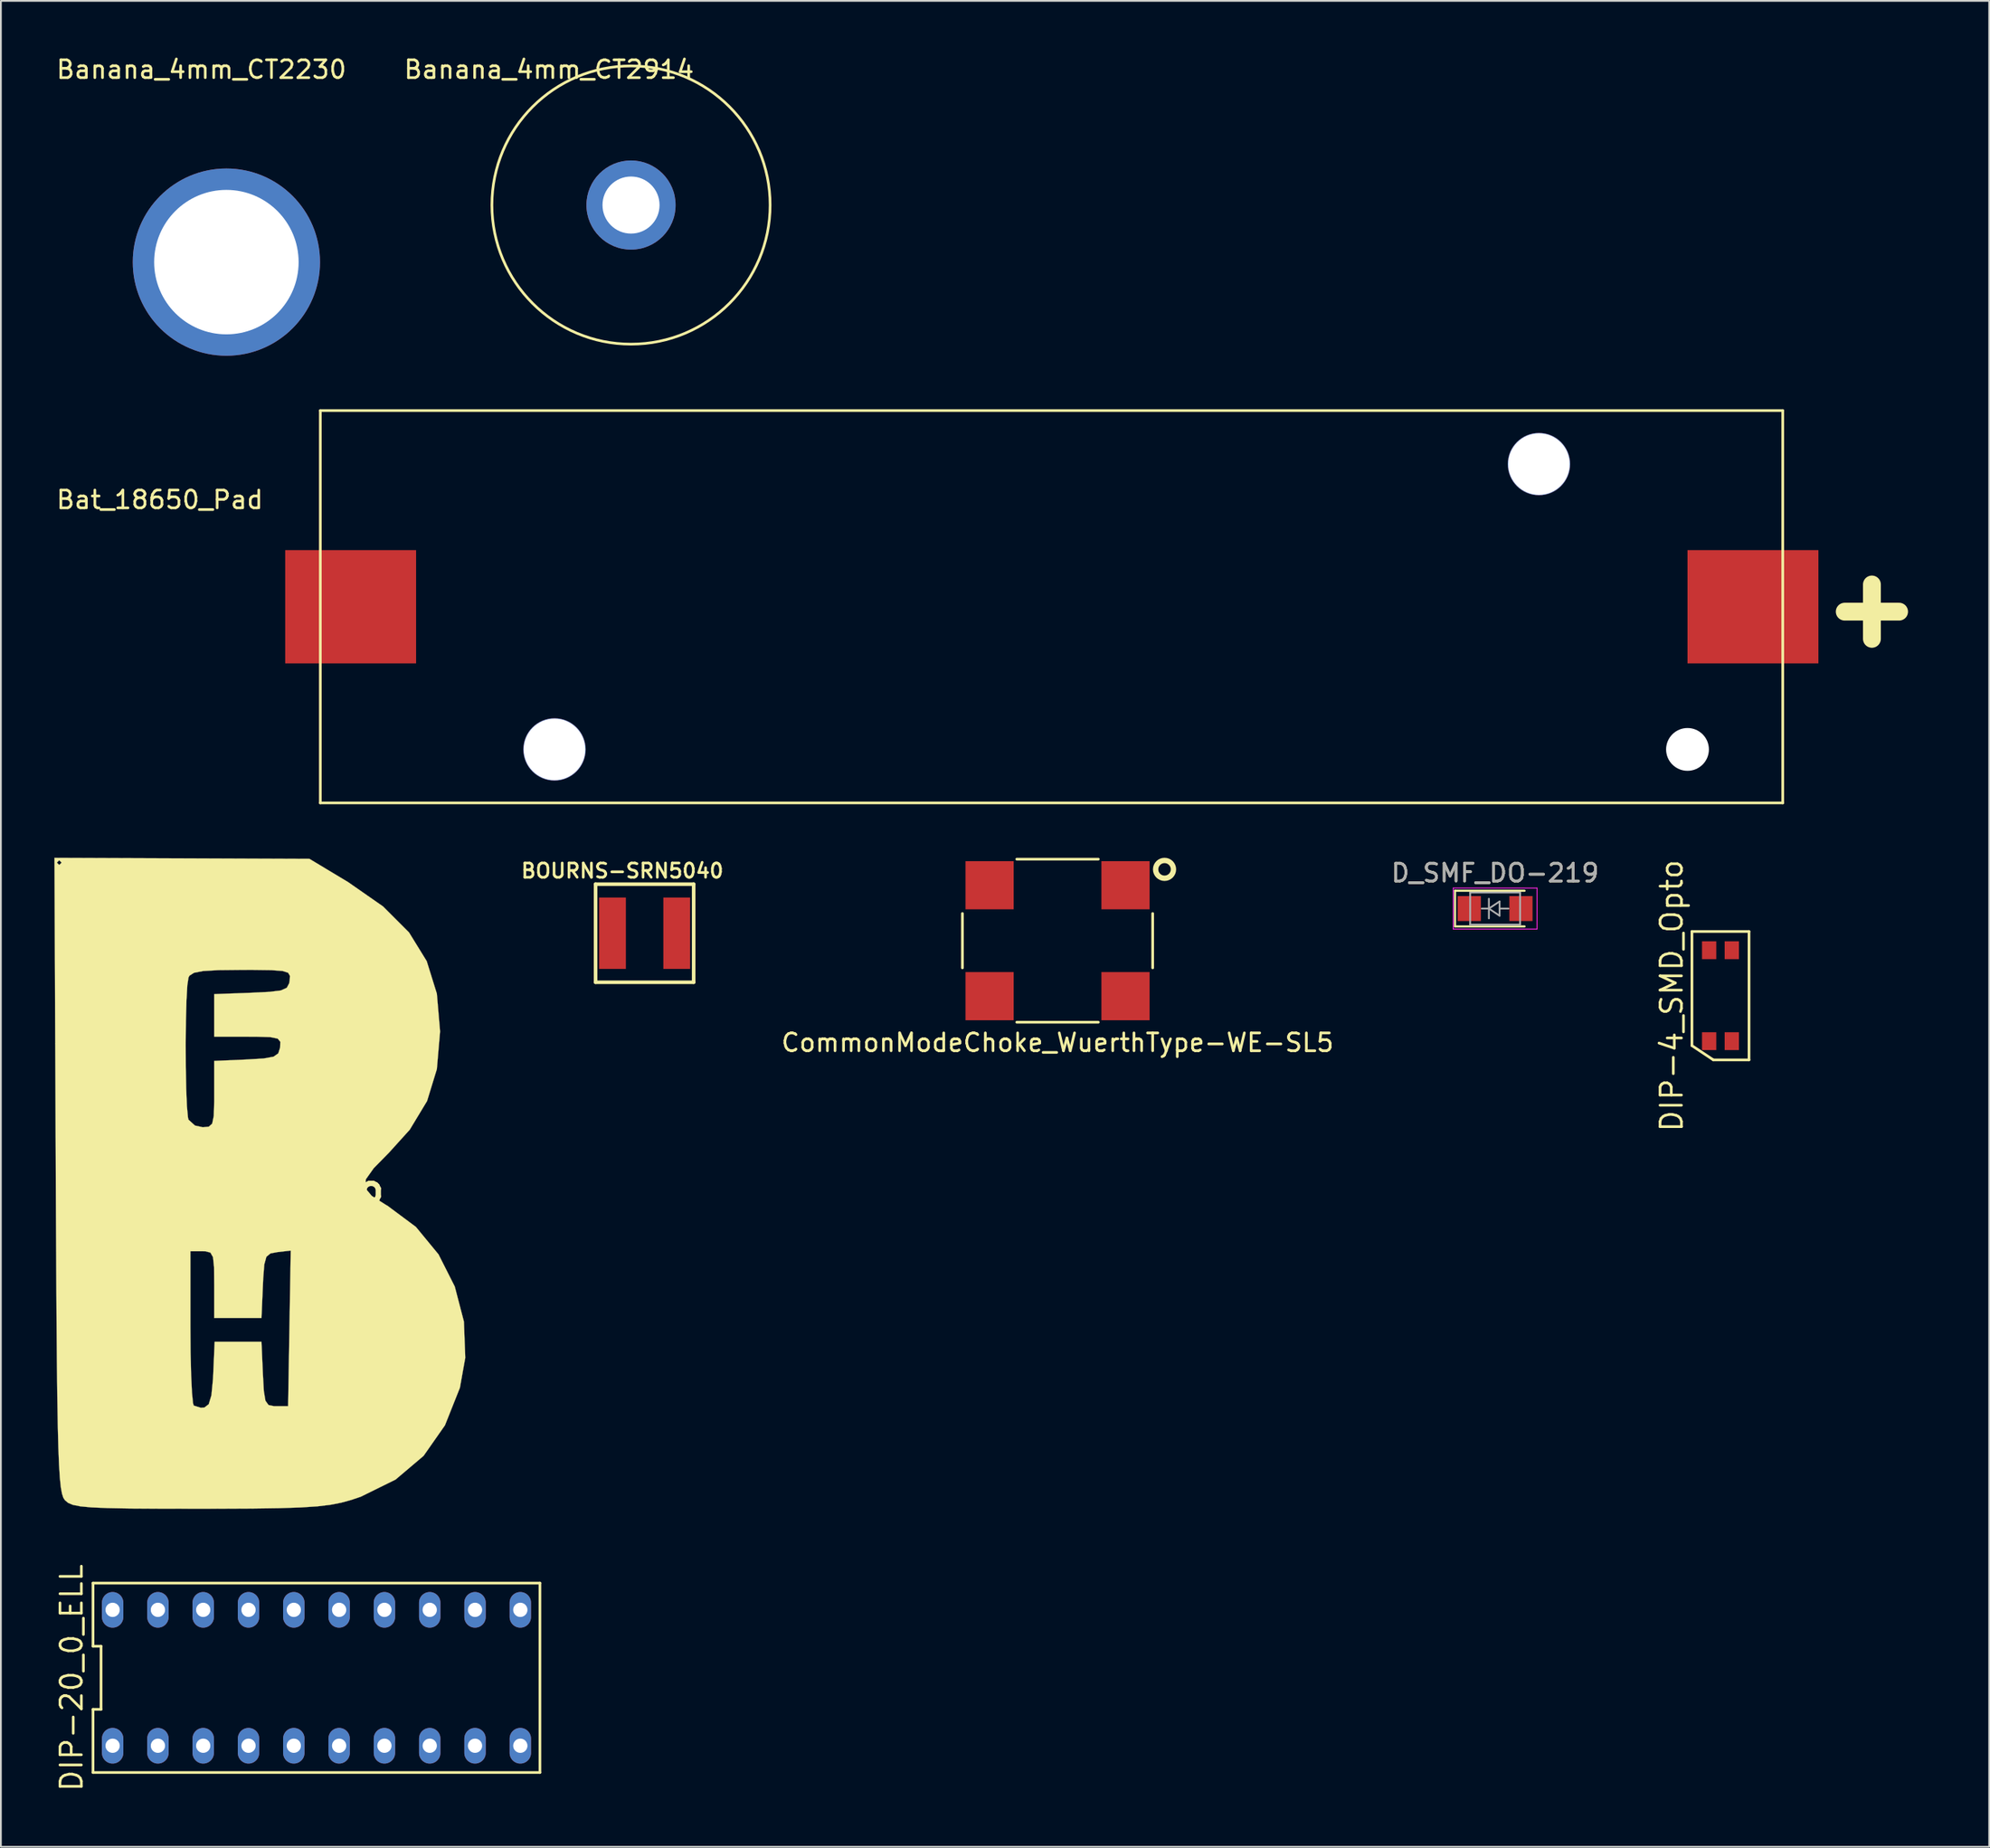
<source format=kicad_pcb>
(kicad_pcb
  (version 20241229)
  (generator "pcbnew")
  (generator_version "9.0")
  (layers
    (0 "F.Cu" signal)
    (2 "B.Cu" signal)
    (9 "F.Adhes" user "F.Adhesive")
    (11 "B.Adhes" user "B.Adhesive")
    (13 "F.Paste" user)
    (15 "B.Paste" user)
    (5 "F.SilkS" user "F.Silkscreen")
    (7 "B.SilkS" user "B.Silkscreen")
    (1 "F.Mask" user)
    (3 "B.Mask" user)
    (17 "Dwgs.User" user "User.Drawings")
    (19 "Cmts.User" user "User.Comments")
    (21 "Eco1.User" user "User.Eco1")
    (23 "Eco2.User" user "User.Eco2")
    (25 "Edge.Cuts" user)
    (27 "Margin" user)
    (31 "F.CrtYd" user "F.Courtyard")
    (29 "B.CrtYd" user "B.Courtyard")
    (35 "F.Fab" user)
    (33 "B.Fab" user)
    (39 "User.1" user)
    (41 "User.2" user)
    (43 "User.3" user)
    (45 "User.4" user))
  (footprint "BOURNS-SRN5040"
    (layer "F.Cu")
    (at 33.095 49.279)
    (property "Reference" "BOURNS-SRN5040" (at -1.25 -3.5 0) (layer "F.SilkS") (effects (font (size 0.8 0.8) (thickness 0.15))))
    (attr smd)
    (fp_line (start -2.75 -2.75) (end 2.75 -2.75) (stroke (width 0.2) (type solid)) (layer "F.SilkS"))
    (fp_line (start -2.75 2.75) (end -2.75 -2.75) (stroke (width 0.2) (type solid)) (layer "F.SilkS"))
    (fp_line (start 2.75 -2.75) (end 2.75 2.75) (stroke (width 0.2) (type solid)) (layer "F.SilkS"))
    (fp_line (start 2.75 2.75) (end -2.75 2.75) (stroke (width 0.2) (type solid)) (layer "F.SilkS"))
    (pad "1" smd rect (at -1.8 0) (size 1.5 4) (layers "F.Cu" "F.Mask" "F.Paste"))
    (pad "2" smd rect (at 1.8 0) (size 1.5 4) (layers "F.Cu" "F.Mask" "F.Paste")))
  (footprint "BFH_Logo"
    (layer "F.Cu")
    (at 12.472 63.835)
    (property "Reference" "BFH_Logo" (at 0.5 -0.2 0) (layer "F.SilkS") (effects (font (size 1.524 1.524) (thickness 0.3))))
    (attr through_hole)
    (fp_poly (pts (xy 1.829 -18.726) (xy 4.004 -17.417) (xy 5.956 -16.057) (xy 7.411 -14.601) (xy 8.404 -12.991) (xy 8.972 -11.168) (xy 9.151 -9.074) (xy 9.151 -9.023) (xy 8.972 -6.932) (xy 8.424 -5.146) (xy 7.454 -3.54) (xy 6.288 -2.251) (xy 5.433 -1.381) (xy 4.989 -0.753) (xy 4.952 -0.269) (xy 5.32 0.171) (xy 6.09 0.662) (xy 6.208 0.729) (xy 7.798 1.913) (xy 9.067 3.454) (xy 9.977 5.255) (xy 10.49 7.22) (xy 10.566 9.25) (xy 10.265 10.932) (xy 9.427 13.037) (xy 8.229 14.749) (xy 6.659 16.079) (xy 4.705 17.042) (xy 4.179 17.22) (xy 3.623 17.373) (xy 3.016 17.492) (xy 2.283 17.58) (xy 1.347 17.642) (xy 0.135 17.682) (xy -1.429 17.704) (xy -3.421 17.713) (xy -4.429 17.714) (xy -6.563 17.711) (xy -8.226 17.701) (xy -9.482 17.678) (xy -10.394 17.639) (xy -11.026 17.58) (xy -11.441 17.497) (xy -11.703 17.386) (xy -11.876 17.241) (xy -11.884 17.233) (xy -11.971 17.097) (xy -12.046 16.869) (xy -12.11 16.511) (xy -12.165 15.985) (xy -12.211 15.252) (xy -12.25 14.275) (xy -12.282 13.015) (xy -12.309 11.434) (xy -12.332 9.493) (xy -12.351 7.155) (xy -12.368 4.381) (xy -12.373 3.276) (xy -4.847 3.276) (xy -4.847 7.509) (xy -4.836 8.963) (xy -4.805 10.226) (xy -4.758 11.203) (xy -4.699 11.797) (xy -4.66 11.93) (xy -4.261 12.054) (xy -4.058 12.039) (xy -3.818 11.854) (xy -3.666 11.35) (xy -3.578 10.429) (xy -3.565 10.158) (xy -3.486 8.356) (xy -0.861 8.356) (xy -0.782 10.161) (xy -0.728 11.117) (xy -0.639 11.658) (xy -0.466 11.9) (xy -0.16 11.964) (xy -0.035 11.965) (xy 0.634 11.965) (xy 0.707 7.602) (xy 0.781 3.239) (xy 0.039 3.324) (xy -0.356 3.398) (xy -0.585 3.587) (xy -0.703 4.016) (xy -0.764 4.811) (xy -0.782 5.214) (xy -0.861 7.019) (xy -3.511 7.019) (xy -3.511 5.147) (xy -3.52 4.17) (xy -3.578 3.61) (xy -3.724 3.352) (xy -4.001 3.279) (xy -4.179 3.276) (xy -4.847 3.276) (xy -12.373 3.276) (xy -12.384 1.133) (xy -12.393 -1.015) (xy -12.424 -8.369) (xy -5.111 -8.369) (xy -5.105 -7.058) (xy -5.082 -5.846) (xy -5.042 -4.861) (xy -4.983 -4.229) (xy -4.952 -4.099) (xy -4.588 -3.77) (xy -4.15 -3.676) (xy -3.815 -3.707) (xy -3.624 -3.879) (xy -3.536 -4.309) (xy -3.511 -5.112) (xy -3.511 -5.535) (xy -3.511 -7.395) (xy -1.706 -7.474) (xy -0.74 -7.532) (xy -0.186 -7.632) (xy 0.08 -7.817) (xy 0.181 -8.131) (xy 0.184 -8.154) (xy 0.197 -8.467) (xy 0.049 -8.647) (xy -0.368 -8.731) (xy -1.166 -8.755) (xy -1.62 -8.756) (xy -3.511 -8.756) (xy -3.511 -11.14) (xy -1.438 -11.218) (xy -0.391 -11.269) (xy 0.237 -11.35) (xy 0.559 -11.497) (xy 0.692 -11.746) (xy 0.719 -11.897) (xy 0.736 -12.165) (xy 0.635 -12.339) (xy 0.323 -12.439) (xy -0.292 -12.485) (xy -1.303 -12.498) (xy -1.993 -12.499) (xy -3.286 -12.486) (xy -4.139 -12.436) (xy -4.644 -12.338) (xy -4.895 -12.178) (xy -4.952 -12.076) (xy -5.019 -11.634) (xy -5.067 -10.784) (xy -5.098 -9.654) (xy -5.111 -8.369) (xy -12.424 -8.369) (xy -12.466 -18.515) (xy -12.334 -18.515) (xy -12.2 -18.381) (xy -12.066 -18.515) (xy -12.2 -18.648) (xy -12.334 -18.515) (xy -12.466 -18.515) (xy -12.467 -18.782) (xy 1.829 -18.726)) (stroke (width 0.01) (type solid)) (fill yes) (layer "F.SilkS")))
  (footprint "Banana_4mm_CT2914"
    (layer "F.Cu")
    (at 32.332 8.448)
    (property "Reference" "Banana_4mm_CT2914" (at -4.6 -7.6 0) (layer "F.SilkS") (effects (font (size 1 1) (thickness 0.15))))
    (attr through_hole)
    (fp_circle (center 0 0) (end 7.8 0) (stroke (width 0.15) (type solid)) (fill no) (layer "F.SilkS"))
    (pad "1" thru_hole circle (at 0 0) (size 5 5) (drill 3.2) (layers "*.Cu" "*.Mask")))
  (footprint "DIP-4_SMD_Opto"
    (layer "F.Cu")
    (at 93.419 52.782)
    (property "Reference" "DIP-4_SMD_Opto" (at -2.735 0 90) (layer "F.SilkS") (effects (font (size 1.2 1.2) (thickness 0.15))))
    (attr through_hole)
    (fp_line (start -1.6 -3.6) (end -1.6 2.8) (stroke (width 0.15) (type solid)) (layer "F.SilkS"))
    (fp_line (start -1.6 2.8) (end -0.4 3.6) (stroke (width 0.15) (type solid)) (layer "F.SilkS"))
    (fp_line (start -0.4 3.6) (end 1.6 3.6) (stroke (width 0.15) (type solid)) (layer "F.SilkS"))
    (fp_line (start 1.6 -3.6) (end -1.6 -3.6) (stroke (width 0.15) (type solid)) (layer "F.SilkS"))
    (fp_line (start 1.6 3.6) (end 1.6 -3.6) (stroke (width 0.15) (type solid)) (layer "F.SilkS"))
    (pad "1" smd rect (at -0.635 2.55) (size 0.8 1) (layers "F.Cu" "F.Mask" "F.Paste"))
    (pad "2" smd rect (at 0.635 2.55) (size 0.8 1) (layers "F.Cu" "F.Mask" "F.Paste"))
    (pad "3" smd rect (at 0.635 -2.55) (size 0.8 1) (layers "F.Cu" "F.Mask" "F.Paste"))
    (pad "4" smd rect (at -0.635 -2.55) (size 0.8 1) (layers "F.Cu" "F.Mask" "F.Paste")))
  (footprint "D_SMF_DO-219"
    (layer "F.Cu")
    (at 80.784 47.897)
    (property "Reference" "D_SMF_DO-219" (at 0 -2 0) (layer "F.SilkS") (effects (font (size 1 1) (thickness 0.15))))
    (attr smd)
    (fp_line (start -2.25 -1) (end -2.25 1) (stroke (width 0.12) (type solid)) (layer "F.SilkS"))
    (fp_line (start -2.25 -1) (end 1.65 -1) (stroke (width 0.12) (type solid)) (layer "F.SilkS"))
    (fp_line (start -2.25 1) (end 1.65 1) (stroke (width 0.12) (type solid)) (layer "F.SilkS"))
    (fp_line (start -2.35 -1.15) (end -2.35 1.15) (stroke (width 0.05) (type solid)) (layer "F.CrtYd"))
    (fp_line (start -2.35 -1.15) (end 2.35 -1.15) (stroke (width 0.05) (type solid)) (layer "F.CrtYd"))
    (fp_line (start 2.35 -1.15) (end 2.35 1.15) (stroke (width 0.05) (type solid)) (layer "F.CrtYd"))
    (fp_line (start 2.35 1.15) (end -2.35 1.15) (stroke (width 0.05) (type solid)) (layer "F.CrtYd"))
    (fp_line (start -1.4 -0.9) (end 1.4 -0.9) (stroke (width 0.1) (type solid)) (layer "F.Fab"))
    (fp_line (start -1.4 0.9) (end -1.4 -0.9) (stroke (width 0.1) (type solid)) (layer "F.Fab"))
    (fp_line (start -0.75 0) (end -0.35 0) (stroke (width 0.1) (type solid)) (layer "F.Fab"))
    (fp_line (start -0.35 0) (end -0.35 -0.55) (stroke (width 0.1) (type solid)) (layer "F.Fab"))
    (fp_line (start -0.35 0) (end -0.35 0.55) (stroke (width 0.1) (type solid)) (layer "F.Fab"))
    (fp_line (start -0.35 0) (end 0.25 -0.4) (stroke (width 0.1) (type solid)) (layer "F.Fab"))
    (fp_line (start 0.25 -0.4) (end 0.25 0.4) (stroke (width 0.1) (type solid)) (layer "F.Fab"))
    (fp_line (start 0.25 0) (end 0.75 0) (stroke (width 0.1) (type solid)) (layer "F.Fab"))
    (fp_line (start 0.25 0.4) (end -0.35 0) (stroke (width 0.1) (type solid)) (layer "F.Fab"))
    (fp_line (start 1.4 -0.9) (end 1.4 0.9) (stroke (width 0.1) (type solid)) (layer "F.Fab"))
    (fp_line (start 1.4 0.9) (end -1.4 0.9) (stroke (width 0.1) (type solid)) (layer "F.Fab"))
    (fp_text user "${REFERENCE}" (at 0 -2 0) (layer "F.Fab") (effects (font (size 1 1) (thickness 0.15))))
    (pad "1" smd rect (at -1.45 0) (size 1.3 1.4) (layers "F.Cu" "F.Mask" "F.Paste"))
    (pad "2" smd rect (at 1.45 0) (size 1.3 1.4) (layers "F.Cu" "F.Mask" "F.Paste")))
  (footprint "DIP-20_0_ELL"
    (layer "F.Cu")
    (at 14.695 91.03)
    (property "Reference" "DIP-20_0_ELL" (at -13.73 0 90) (layer "F.SilkS") (effects (font (size 1.2 1.2) (thickness 0.15))))
    (attr through_hole)
    (fp_line (start -12.53 -5.31) (end -12.53 -1.77) (stroke (width 0.15) (type solid)) (layer "F.SilkS"))
    (fp_line (start -12.53 -1.77) (end -12.08 -1.77) (stroke (width 0.15) (type solid)) (layer "F.SilkS"))
    (fp_line (start -12.53 1.77) (end -12.53 5.31) (stroke (width 0.15) (type solid)) (layer "F.SilkS"))
    (fp_line (start -12.53 5.31) (end 12.53 5.31) (stroke (width 0.15) (type solid)) (layer "F.SilkS"))
    (fp_line (start -12.08 -1.77) (end -12.08 1.77) (stroke (width 0.15) (type solid)) (layer "F.SilkS"))
    (fp_line (start -12.08 1.77) (end -12.53 1.77) (stroke (width 0.15) (type solid)) (layer "F.SilkS"))
    (fp_line (start 12.53 -5.31) (end -12.53 -5.31) (stroke (width 0.15) (type solid)) (layer "F.SilkS"))
    (fp_line (start 12.53 5.31) (end 12.53 -5.31) (stroke (width 0.15) (type solid)) (layer "F.SilkS"))
    (pad "1" thru_hole oval (at -11.43 3.81) (size 1.2 2) (drill 0.8) (layers "*.Cu" "*.Mask"))
    (pad "2" thru_hole oval (at -8.89 3.81) (size 1.2 2) (drill 0.8) (layers "*.Cu" "*.Mask"))
    (pad "3" thru_hole oval (at -6.35 3.81) (size 1.2 2) (drill 0.8) (layers "*.Cu" "*.Mask"))
    (pad "4" thru_hole oval (at -3.81 3.81) (size 1.2 2) (drill 0.8) (layers "*.Cu" "*.Mask"))
    (pad "5" thru_hole oval (at -1.27 3.81) (size 1.2 2) (drill 0.8) (layers "*.Cu" "*.Mask"))
    (pad "6" thru_hole oval (at 1.27 3.81) (size 1.2 2) (drill 0.8) (layers "*.Cu" "*.Mask"))
    (pad "7" thru_hole oval (at 3.81 3.81) (size 1.2 2) (drill 0.8) (layers "*.Cu" "*.Mask"))
    (pad "8" thru_hole oval (at 6.35 3.81) (size 1.2 2) (drill 0.8) (layers "*.Cu" "*.Mask"))
    (pad "9" thru_hole oval (at 8.89 3.81) (size 1.2 2) (drill 0.8) (layers "*.Cu" "*.Mask"))
    (pad "10" thru_hole oval (at 11.43 3.81) (size 1.2 2) (drill 0.8) (layers "*.Cu" "*.Mask"))
    (pad "11" thru_hole oval (at 11.43 -3.81) (size 1.2 2) (drill 0.8) (layers "*.Cu" "*.Mask"))
    (pad "12" thru_hole oval (at 8.89 -3.81) (size 1.2 2) (drill 0.8) (layers "*.Cu" "*.Mask"))
    (pad "13" thru_hole oval (at 6.35 -3.81) (size 1.2 2) (drill 0.8) (layers "*.Cu" "*.Mask"))
    (pad "14" thru_hole oval (at 3.81 -3.81) (size 1.2 2) (drill 0.8) (layers "*.Cu" "*.Mask"))
    (pad "15" thru_hole oval (at 1.27 -3.81) (size 1.2 2) (drill 0.8) (layers "*.Cu" "*.Mask"))
    (pad "16" thru_hole oval (at -1.27 -3.81) (size 1.2 2) (drill 0.8) (layers "*.Cu" "*.Mask"))
    (pad "17" thru_hole oval (at -3.81 -3.81) (size 1.2 2) (drill 0.8) (layers "*.Cu" "*.Mask"))
    (pad "18" thru_hole oval (at -6.35 -3.81) (size 1.2 2) (drill 0.8) (layers "*.Cu" "*.Mask"))
    (pad "19" thru_hole oval (at -8.89 -3.81) (size 1.2 2) (drill 0.8) (layers "*.Cu" "*.Mask"))
    (pad "20" thru_hole oval (at -11.43 -3.81) (size 1.2 2) (drill 0.8) (layers "*.Cu" "*.Mask")))
  (footprint "CommonModeChoke_WuerthType-WE-SL5"
    (layer "F.Cu")
    (at 56.248 49.698)
    (property "Reference" "CommonModeChoke_WuerthType-WE-SL5" (at 0 5.715 0) (layer "F.SilkS") (effects (font (size 1 1) (thickness 0.15))))
    (attr through_hole)
    (fp_line (start -5.334 1.524) (end -5.334 -1.524) (stroke (width 0.15) (type solid)) (layer "F.SilkS"))
    (fp_line (start -2.286 -4.572) (end 2.286 -4.572) (stroke (width 0.15) (type solid)) (layer "F.SilkS"))
    (fp_line (start -2.286 4.572) (end 2.286 4.572) (stroke (width 0.15) (type solid)) (layer "F.SilkS"))
    (fp_line (start 5.334 -1.524) (end 5.334 1.524) (stroke (width 0.15) (type solid)) (layer "F.SilkS"))
    (fp_circle (center 6 -4) (end 6.5 -4) (stroke (width 0.3) (type solid)) (fill no) (layer "F.SilkS"))
    (pad "1" smd rect (at 3.81 -3.11) (size 2.7 2.7) (layers "F.Cu" "F.Mask" "F.Paste"))
    (pad "2" smd rect (at -3.81 -3.11) (size 2.7 2.7) (layers "F.Cu" "F.Mask" "F.Paste"))
    (pad "3" smd rect (at -3.81 3.11) (size 2.7 2.7) (layers "F.Cu" "F.Mask" "F.Paste"))
    (pad "4" smd rect (at 3.81 3.11) (size 2.7 2.7) (layers "F.Cu" "F.Mask" "F.Paste")))
  (footprint "Bat_18650_Pad"
    (layer "F.Cu")
    (at 12.911 30.973)
    (property "Reference" "Bat_18650_Pad" (at -7 -6 0) (layer "F.SilkS") (effects (font (size 1 1) (thickness 0.15))))
    (attr through_hole)
    (fp_line (start 2 -11) (end 84 -11) (stroke (width 0.15) (type solid)) (layer "F.SilkS"))
    (fp_line (start 2 11) (end 2 -11) (stroke (width 0.15) (type solid)) (layer "F.SilkS"))
    (fp_line (start 84 -11) (end 84 11) (stroke (width 0.15) (type solid)) (layer "F.SilkS"))
    (fp_line (start 84 11) (end 2 11) (stroke (width 0.15) (type solid)) (layer "F.SilkS"))
    (fp_text user "+" (at 89 0 0) (layer "F.SilkS") (effects (font (size 4 4) (thickness 1))))
    (pad "" np_thru_hole circle (at 15.13 8) (size 3.5 3.5) (drill 3.45) (layers "*.Cu" "*.Mask"))
    (pad "" np_thru_hole circle (at 70.33 -8) (size 3.5 3.5) (drill 3.45) (layers "*.Cu" "*.Mask"))
    (pad "" np_thru_hole circle (at 78.66 8) (size 2.4 2.4) (drill 2.4) (layers "*.Cu" "*.Mask"))
    (pad "1" smd rect (at 82.33 0) (size 7.34 6.35) (layers "F.Cu" "F.Mask" "F.Paste"))
    (pad "2" smd rect (at 3.7 0) (size 7.34 6.35) (layers "F.Cu" "F.Mask" "F.Paste")))
  (footprint "Banana_4mm_CT2230"
    (layer "F.Cu")
    (at 9.644 11.648)
    (property "Reference" "Banana_4mm_CT2230" (at -1.4 -10.8 0) (layer "F.SilkS") (effects (font (size 1 1) (thickness 0.15))))
    (attr through_hole)
    (pad "1" thru_hole circle (at 0 0) (size 10.5 10.5) (drill 8.1) (layers "*.Cu" "*.Mask")))
  (gr_rect
    (start -3 -3)
    (end 108.487 100.507)
    (stroke (width 0.1) (type default))
    (fill no)
    (layer "Edge.Cuts")))
</source>
